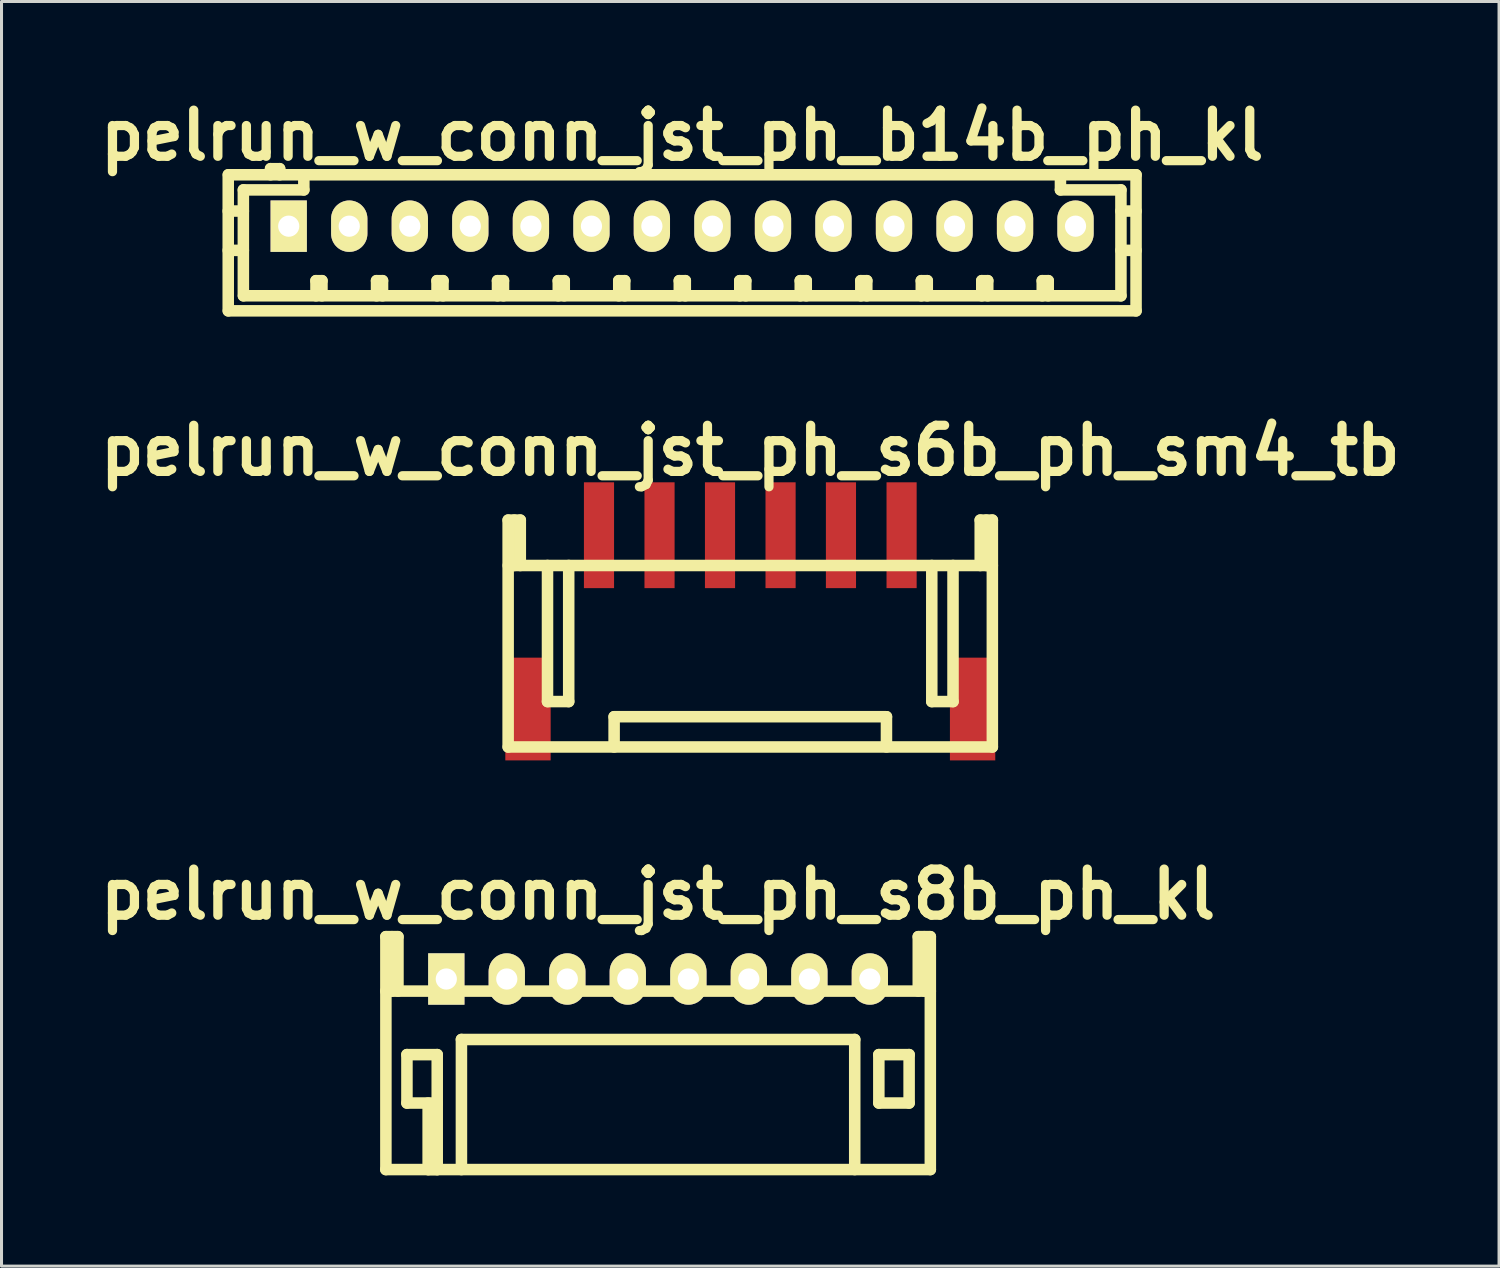
<source format=kicad_pcb>
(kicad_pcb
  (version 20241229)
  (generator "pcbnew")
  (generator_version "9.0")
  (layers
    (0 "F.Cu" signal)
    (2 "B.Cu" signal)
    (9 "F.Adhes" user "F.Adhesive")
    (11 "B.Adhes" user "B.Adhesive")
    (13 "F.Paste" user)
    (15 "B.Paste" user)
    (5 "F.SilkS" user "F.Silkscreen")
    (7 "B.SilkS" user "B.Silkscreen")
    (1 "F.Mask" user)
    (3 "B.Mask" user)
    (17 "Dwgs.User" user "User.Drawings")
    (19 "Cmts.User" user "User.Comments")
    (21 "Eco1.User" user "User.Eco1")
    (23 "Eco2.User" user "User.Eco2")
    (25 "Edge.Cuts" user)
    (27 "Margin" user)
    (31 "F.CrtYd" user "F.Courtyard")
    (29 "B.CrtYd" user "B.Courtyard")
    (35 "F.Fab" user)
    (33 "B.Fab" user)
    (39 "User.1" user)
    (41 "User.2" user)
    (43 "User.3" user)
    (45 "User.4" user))
  (footprint "pelrun_w_conn_jst_ph_s8b_ph_kl"
    (layer "F.Cu")
    (at 18.702 29.31)
    (property "Reference" "pelrun_w_conn_jst_ph_s8b_ph_kl" (at 0 -2.799 0) (layer "F.SilkS") (effects (font (size 1.524 1.524) (thickness 0.305))))
    (attr through_hole)
    (fp_line (start -8.999 0.399) (end 8.999 0.399) (stroke (width 0.381) (type solid)) (layer "F.SilkS"))
    (fp_line (start -8.997 -1.4) (end -8.997 6.299) (stroke (width 0.381) (type solid)) (layer "F.SilkS"))
    (fp_line (start -8.796 -1.4) (end -8.796 0.399) (stroke (width 0.381) (type solid)) (layer "F.SilkS"))
    (fp_line (start -8.598 -1.4) (end -8.997 -1.4) (stroke (width 0.381) (type solid)) (layer "F.SilkS"))
    (fp_line (start -8.598 0.399) (end -8.598 -1.4) (stroke (width 0.381) (type solid)) (layer "F.SilkS"))
    (fp_line (start -8.301 2.499) (end -7.3 2.499) (stroke (width 0.381) (type solid)) (layer "F.SilkS"))
    (fp_line (start -8.301 4.1) (end -8.301 2.499) (stroke (width 0.381) (type solid)) (layer "F.SilkS"))
    (fp_line (start -7.6 6.299) (end -7.6 4.1) (stroke (width 0.381) (type solid)) (layer "F.SilkS"))
    (fp_line (start -7.3 2.499) (end -7.3 4.1) (stroke (width 0.381) (type solid)) (layer "F.SilkS"))
    (fp_line (start -7.3 4.1) (end -8.301 4.1) (stroke (width 0.381) (type solid)) (layer "F.SilkS"))
    (fp_line (start -7.3 4.1) (end -7.3 6.299) (stroke (width 0.381) (type solid)) (layer "F.SilkS"))
    (fp_line (start -7.3 6.299) (end -7.6 6.299) (stroke (width 0.381) (type solid)) (layer "F.SilkS"))
    (fp_line (start -6.5 1.999) (end -6.5 6.299) (stroke (width 0.381) (type solid)) (layer "F.SilkS"))
    (fp_line (start -6.5 1.999) (end 6.5 1.999) (stroke (width 0.381) (type solid)) (layer "F.SilkS"))
    (fp_line (start 6.5 1.999) (end 6.5 6.299) (stroke (width 0.381) (type solid)) (layer "F.SilkS"))
    (fp_line (start 7.297 2.499) (end 8.298 2.499) (stroke (width 0.381) (type solid)) (layer "F.SilkS"))
    (fp_line (start 7.297 4.1) (end 7.297 2.499) (stroke (width 0.381) (type solid)) (layer "F.SilkS"))
    (fp_line (start 8.298 2.499) (end 8.298 4.1) (stroke (width 0.381) (type solid)) (layer "F.SilkS"))
    (fp_line (start 8.298 4.1) (end 7.297 4.1) (stroke (width 0.381) (type solid)) (layer "F.SilkS"))
    (fp_line (start 8.6 -1.4) (end 8.6 0.399) (stroke (width 0.381) (type solid)) (layer "F.SilkS"))
    (fp_line (start 8.799 -1.4) (end 8.799 0.399) (stroke (width 0.381) (type solid)) (layer "F.SilkS"))
    (fp_line (start 8.999 -1.4) (end 8.6 -1.4) (stroke (width 0.381) (type solid)) (layer "F.SilkS"))
    (fp_line (start 8.999 6.299) (end -8.999 6.299) (stroke (width 0.381) (type solid)) (layer "F.SilkS"))
    (fp_line (start 8.999 6.299) (end 8.999 -1.4) (stroke (width 0.381) (type solid)) (layer "F.SilkS"))
    (pad "1" thru_hole rect (at -7 0) (size 1.199 1.699) (drill 0.701) (layers "*.Cu" "*.Mask" "F.SilkS"))
    (pad "2" thru_hole oval (at -5.001 0) (size 1.199 1.699) (drill 0.701) (layers "*.Cu" "*.Mask" "F.SilkS"))
    (pad "3" thru_hole oval (at -3 0) (size 1.199 1.699) (drill 0.701) (layers "*.Cu" "*.Mask" "F.SilkS"))
    (pad "4" thru_hole oval (at -1.001 0) (size 1.199 1.699) (drill 0.701) (layers "*.Cu" "*.Mask" "F.SilkS"))
    (pad "5" thru_hole oval (at 1.001 0) (size 1.199 1.699) (drill 0.701) (layers "*.Cu" "*.Mask" "F.SilkS"))
    (pad "6" thru_hole oval (at 3 0) (size 1.199 1.699) (drill 0.701) (layers "*.Cu" "*.Mask" "F.SilkS"))
    (pad "7" thru_hole oval (at 5.001 0) (size 1.199 1.699) (drill 0.701) (layers "*.Cu" "*.Mask" "F.SilkS"))
    (pad "8" thru_hole oval (at 7 0) (size 1.199 1.699) (drill 0.701) (layers "*.Cu" "*.Mask" "F.SilkS")))
  (footprint "pelrun_w_conn_jst_ph_b14b_ph_kl"
    (layer "F.Cu")
    (at 19.5 4.426)
    (property "Reference" "pelrun_w_conn_jst_ph_b14b_ph_kl" (at 0 -3 0) (layer "F.SilkS") (effects (font (size 1.524 1.524) (thickness 0.305))))
    (attr through_hole)
    (fp_line (start -15.006 -1.699) (end -15.006 2.799) (stroke (width 0.381) (type solid)) (layer "F.SilkS"))
    (fp_line (start -15.001 -1.699) (end 15.001 -1.699) (stroke (width 0.381) (type solid)) (layer "F.SilkS"))
    (fp_line (start -15.001 2.799) (end 15.001 2.799) (stroke (width 0.381) (type solid)) (layer "F.SilkS"))
    (fp_line (start -14.506 -1.199) (end -14.506 2.301) (stroke (width 0.381) (type solid)) (layer "F.SilkS"))
    (fp_line (start -14.506 -0.5) (end -15.006 -0.5) (stroke (width 0.381) (type solid)) (layer "F.SilkS"))
    (fp_line (start -14.506 0.8) (end -15.006 0.8) (stroke (width 0.381) (type solid)) (layer "F.SilkS"))
    (fp_line (start -13.607 -1.9) (end -13.607 -1.699) (stroke (width 0.381) (type solid)) (layer "F.SilkS"))
    (fp_line (start -13.307 -1.9) (end -13.607 -1.9) (stroke (width 0.381) (type solid)) (layer "F.SilkS"))
    (fp_line (start -13.307 -1.699) (end -13.307 -1.9) (stroke (width 0.381) (type solid)) (layer "F.SilkS"))
    (fp_line (start -12.507 -1.699) (end -12.507 -1.199) (stroke (width 0.381) (type solid)) (layer "F.SilkS"))
    (fp_line (start -12.507 -1.199) (end -14.506 -1.199) (stroke (width 0.381) (type solid)) (layer "F.SilkS"))
    (fp_line (start -12.106 1.801) (end -11.908 1.801) (stroke (width 0.381) (type solid)) (layer "F.SilkS"))
    (fp_line (start -12.106 2.301) (end -12.106 1.801) (stroke (width 0.381) (type solid)) (layer "F.SilkS"))
    (fp_line (start -11.908 1.801) (end -11.908 2.301) (stroke (width 0.381) (type solid)) (layer "F.SilkS"))
    (fp_line (start -10.104 1.801) (end -9.906 1.801) (stroke (width 0.381) (type solid)) (layer "F.SilkS"))
    (fp_line (start -10.104 2.301) (end -10.104 1.801) (stroke (width 0.381) (type solid)) (layer "F.SilkS"))
    (fp_line (start -9.906 1.801) (end -9.906 2.301) (stroke (width 0.381) (type solid)) (layer "F.SilkS"))
    (fp_line (start -8.105 1.801) (end -7.907 1.801) (stroke (width 0.381) (type solid)) (layer "F.SilkS"))
    (fp_line (start -8.105 2.301) (end -8.105 1.801) (stroke (width 0.381) (type solid)) (layer "F.SilkS"))
    (fp_line (start -7.907 1.801) (end -7.907 2.301) (stroke (width 0.381) (type solid)) (layer "F.SilkS"))
    (fp_line (start -6.106 1.801) (end -5.908 1.801) (stroke (width 0.381) (type solid)) (layer "F.SilkS"))
    (fp_line (start -6.106 2.301) (end -6.106 1.801) (stroke (width 0.381) (type solid)) (layer "F.SilkS"))
    (fp_line (start -5.908 1.801) (end -5.908 2.301) (stroke (width 0.381) (type solid)) (layer "F.SilkS"))
    (fp_line (start -4.097 1.801) (end -3.899 1.801) (stroke (width 0.381) (type solid)) (layer "F.SilkS"))
    (fp_line (start -4.097 2.301) (end -4.097 1.801) (stroke (width 0.381) (type solid)) (layer "F.SilkS"))
    (fp_line (start -3.899 1.801) (end -3.899 2.301) (stroke (width 0.381) (type solid)) (layer "F.SilkS"))
    (fp_line (start -2.098 1.801) (end -1.9 1.801) (stroke (width 0.381) (type solid)) (layer "F.SilkS"))
    (fp_line (start -2.098 2.301) (end -2.098 1.801) (stroke (width 0.381) (type solid)) (layer "F.SilkS"))
    (fp_line (start -1.9 1.801) (end -1.9 2.301) (stroke (width 0.381) (type solid)) (layer "F.SilkS"))
    (fp_line (start -0.097 1.801) (end 0.102 1.801) (stroke (width 0.381) (type solid)) (layer "F.SilkS"))
    (fp_line (start -0.097 2.301) (end -0.097 1.801) (stroke (width 0.381) (type solid)) (layer "F.SilkS"))
    (fp_line (start 0.102 1.801) (end 0.102 2.301) (stroke (width 0.381) (type solid)) (layer "F.SilkS"))
    (fp_line (start 1.902 1.801) (end 2.101 1.801) (stroke (width 0.381) (type solid)) (layer "F.SilkS"))
    (fp_line (start 1.902 2.301) (end 1.902 1.801) (stroke (width 0.381) (type solid)) (layer "F.SilkS"))
    (fp_line (start 2.101 1.801) (end 2.101 2.301) (stroke (width 0.381) (type solid)) (layer "F.SilkS"))
    (fp_line (start 3.901 1.801) (end 4.1 1.801) (stroke (width 0.381) (type solid)) (layer "F.SilkS"))
    (fp_line (start 3.901 2.301) (end 3.901 1.801) (stroke (width 0.381) (type solid)) (layer "F.SilkS"))
    (fp_line (start 4.1 1.801) (end 4.1 2.301) (stroke (width 0.381) (type solid)) (layer "F.SilkS"))
    (fp_line (start 5.903 1.801) (end 6.101 1.801) (stroke (width 0.381) (type solid)) (layer "F.SilkS"))
    (fp_line (start 5.903 2.301) (end 5.903 1.801) (stroke (width 0.381) (type solid)) (layer "F.SilkS"))
    (fp_line (start 6.101 1.801) (end 6.101 2.301) (stroke (width 0.381) (type solid)) (layer "F.SilkS"))
    (fp_line (start 7.902 1.801) (end 8.1 1.801) (stroke (width 0.381) (type solid)) (layer "F.SilkS"))
    (fp_line (start 7.902 2.301) (end 7.902 1.801) (stroke (width 0.381) (type solid)) (layer "F.SilkS"))
    (fp_line (start 8.1 1.801) (end 8.1 2.301) (stroke (width 0.381) (type solid)) (layer "F.SilkS"))
    (fp_line (start 9.901 1.801) (end 10.099 1.801) (stroke (width 0.381) (type solid)) (layer "F.SilkS"))
    (fp_line (start 9.901 2.301) (end 9.901 1.801) (stroke (width 0.381) (type solid)) (layer "F.SilkS"))
    (fp_line (start 10.099 1.801) (end 10.099 2.301) (stroke (width 0.381) (type solid)) (layer "F.SilkS"))
    (fp_line (start 11.9 1.801) (end 12.098 1.801) (stroke (width 0.381) (type solid)) (layer "F.SilkS"))
    (fp_line (start 11.9 2.301) (end 11.9 1.801) (stroke (width 0.381) (type solid)) (layer "F.SilkS"))
    (fp_line (start 12.098 1.801) (end 12.098 2.301) (stroke (width 0.381) (type solid)) (layer "F.SilkS"))
    (fp_line (start 12.502 -1.199) (end 12.502 -1.699) (stroke (width 0.381) (type solid)) (layer "F.SilkS"))
    (fp_line (start 14.501 -1.199) (end 12.502 -1.199) (stroke (width 0.381) (type solid)) (layer "F.SilkS"))
    (fp_line (start 14.501 0.8) (end 15.001 0.8) (stroke (width 0.381) (type solid)) (layer "F.SilkS"))
    (fp_line (start 14.501 2.301) (end -14.501 2.301) (stroke (width 0.381) (type solid)) (layer "F.SilkS"))
    (fp_line (start 14.501 2.301) (end 14.501 -1.199) (stroke (width 0.381) (type solid)) (layer "F.SilkS"))
    (fp_line (start 15.001 -1.699) (end 15.001 2.799) (stroke (width 0.381) (type solid)) (layer "F.SilkS"))
    (fp_line (start 15.001 -0.5) (end 14.501 -0.5) (stroke (width 0.381) (type solid)) (layer "F.SilkS"))
    (pad "1" thru_hole rect (at -13.007 0) (size 1.199 1.699) (drill 0.701) (layers "*.Cu" "*.Mask" "F.SilkS"))
    (pad "2" thru_hole oval (at -11.006 0) (size 1.199 1.699) (drill 0.701) (layers "*.Cu" "*.Mask" "F.SilkS"))
    (pad "3" thru_hole oval (at -9.004 0) (size 1.199 1.699) (drill 0.701) (layers "*.Cu" "*.Mask" "F.SilkS"))
    (pad "4" thru_hole oval (at -7.005 0) (size 1.199 1.699) (drill 0.701) (layers "*.Cu" "*.Mask" "F.SilkS"))
    (pad "5" thru_hole oval (at -5.001 0) (size 1.199 1.699) (drill 0.701) (layers "*.Cu" "*.Mask" "F.SilkS"))
    (pad "6" thru_hole oval (at -3 0) (size 1.199 1.699) (drill 0.701) (layers "*.Cu" "*.Mask" "F.SilkS"))
    (pad "7" thru_hole oval (at -1.003 0) (size 1.199 1.699) (drill 0.701) (layers "*.Cu" "*.Mask" "F.SilkS"))
    (pad "8" thru_hole oval (at 0.998 0) (size 1.199 1.699) (drill 0.701) (layers "*.Cu" "*.Mask" "F.SilkS"))
    (pad "9" thru_hole oval (at 3 0) (size 1.199 1.699) (drill 0.701) (layers "*.Cu" "*.Mask" "F.SilkS"))
    (pad "10" thru_hole oval (at 4.999 0) (size 1.199 1.699) (drill 0.701) (layers "*.Cu" "*.Mask" "F.SilkS"))
    (pad "11" thru_hole oval (at 7 0) (size 1.199 1.699) (drill 0.701) (layers "*.Cu" "*.Mask" "F.SilkS"))
    (pad "12" thru_hole oval (at 9.002 0) (size 1.199 1.699) (drill 0.701) (layers "*.Cu" "*.Mask" "F.SilkS"))
    (pad "13" thru_hole oval (at 11.001 0) (size 1.199 1.699) (drill 0.701) (layers "*.Cu" "*.Mask" "F.SilkS"))
    (pad "14" thru_hole oval (at 13 0) (size 1.199 1.699) (drill 0.701) (layers "*.Cu" "*.Mask" "F.SilkS")))
  (footprint "pelrun_w_conn_jst_ph_s6b_ph_sm4_tb"
    (layer "F.Cu")
    (at 21.75 14.641)
    (property "Reference" "pelrun_w_conn_jst_ph_s6b_ph_sm4_tb" (at 0 -2.799 0) (layer "F.SilkS") (effects (font (size 1.524 1.524) (thickness 0.305))))
    (attr through_hole)
    (fp_line (start -8.004 7) (end -8.004 -0.5) (stroke (width 0.381) (type solid)) (layer "F.SilkS"))
    (fp_line (start -8.001 7) (end 8.001 7) (stroke (width 0.381) (type solid)) (layer "F.SilkS"))
    (fp_line (start -7.803 -0.5) (end -7.803 1.001) (stroke (width 0.381) (type solid)) (layer "F.SilkS"))
    (fp_line (start -7.602 -0.5) (end -8.004 -0.5) (stroke (width 0.381) (type solid)) (layer "F.SilkS"))
    (fp_line (start -7.602 1.001) (end -7.602 -0.5) (stroke (width 0.381) (type solid)) (layer "F.SilkS"))
    (fp_line (start -6.703 5.499) (end -6.703 1.001) (stroke (width 0.381) (type solid)) (layer "F.SilkS"))
    (fp_line (start -6.002 1.001) (end -6.002 5.499) (stroke (width 0.381) (type solid)) (layer "F.SilkS"))
    (fp_line (start -6.002 5.499) (end -6.703 5.499) (stroke (width 0.381) (type solid)) (layer "F.SilkS"))
    (fp_line (start -4.501 7) (end -4.501 5.999) (stroke (width 0.381) (type solid)) (layer "F.SilkS"))
    (fp_line (start 4.501 5.999) (end -4.501 5.999) (stroke (width 0.381) (type solid)) (layer "F.SilkS"))
    (fp_line (start 4.501 5.999) (end 4.501 6.998) (stroke (width 0.381) (type solid)) (layer "F.SilkS"))
    (fp_line (start 5.999 1.001) (end 5.999 5.499) (stroke (width 0.381) (type solid)) (layer "F.SilkS"))
    (fp_line (start 5.999 5.499) (end 6.701 5.499) (stroke (width 0.381) (type solid)) (layer "F.SilkS"))
    (fp_line (start 6.701 5.499) (end 6.701 1.001) (stroke (width 0.381) (type solid)) (layer "F.SilkS"))
    (fp_line (start 7.6 -0.5) (end 7.6 1.001) (stroke (width 0.381) (type solid)) (layer "F.SilkS"))
    (fp_line (start 7.8 1.001) (end 7.8 -0.5) (stroke (width 0.381) (type solid)) (layer "F.SilkS"))
    (fp_line (start 8.001 -0.5) (end 7.6 -0.5) (stroke (width 0.381) (type solid)) (layer "F.SilkS"))
    (fp_line (start 8.001 -0.5) (end 8.001 7) (stroke (width 0.381) (type solid)) (layer "F.SilkS"))
    (fp_line (start 8.001 1.001) (end -8.001 1.001) (stroke (width 0.381) (type solid)) (layer "F.SilkS"))
    (pad "" smd rect (at -7.348 5.745) (size 1.499 3.396) (layers "F.Cu" "F.Mask" "F.Paste"))
    (pad "" smd rect (at 7.348 5.745) (size 1.499 3.396) (layers "F.Cu" "F.Mask" "F.Paste"))
    (pad "1" smd rect (at -5.001 0) (size 0.996 3.498) (layers "F.Cu" "F.Mask" "F.Paste"))
    (pad "2" smd rect (at -3 0) (size 0.996 3.498) (layers "F.Cu" "F.Mask" "F.Paste"))
    (pad "3" smd rect (at -1.001 0) (size 0.996 3.498) (layers "F.Cu" "F.Mask" "F.Paste"))
    (pad "4" smd rect (at 1.001 0) (size 0.996 3.498) (layers "F.Cu" "F.Mask" "F.Paste"))
    (pad "5" smd rect (at 2.997 0) (size 0.996 3.498) (layers "F.Cu" "F.Mask" "F.Paste"))
    (pad "6" smd rect (at 5.001 0) (size 0.996 3.498) (layers "F.Cu" "F.Mask" "F.Paste")))
  (gr_rect
    (start -3 -3)
    (end 46.499 38.8)
    (stroke (width 0.1) (type default))
    (fill no)
    (layer "Edge.Cuts")))
</source>
